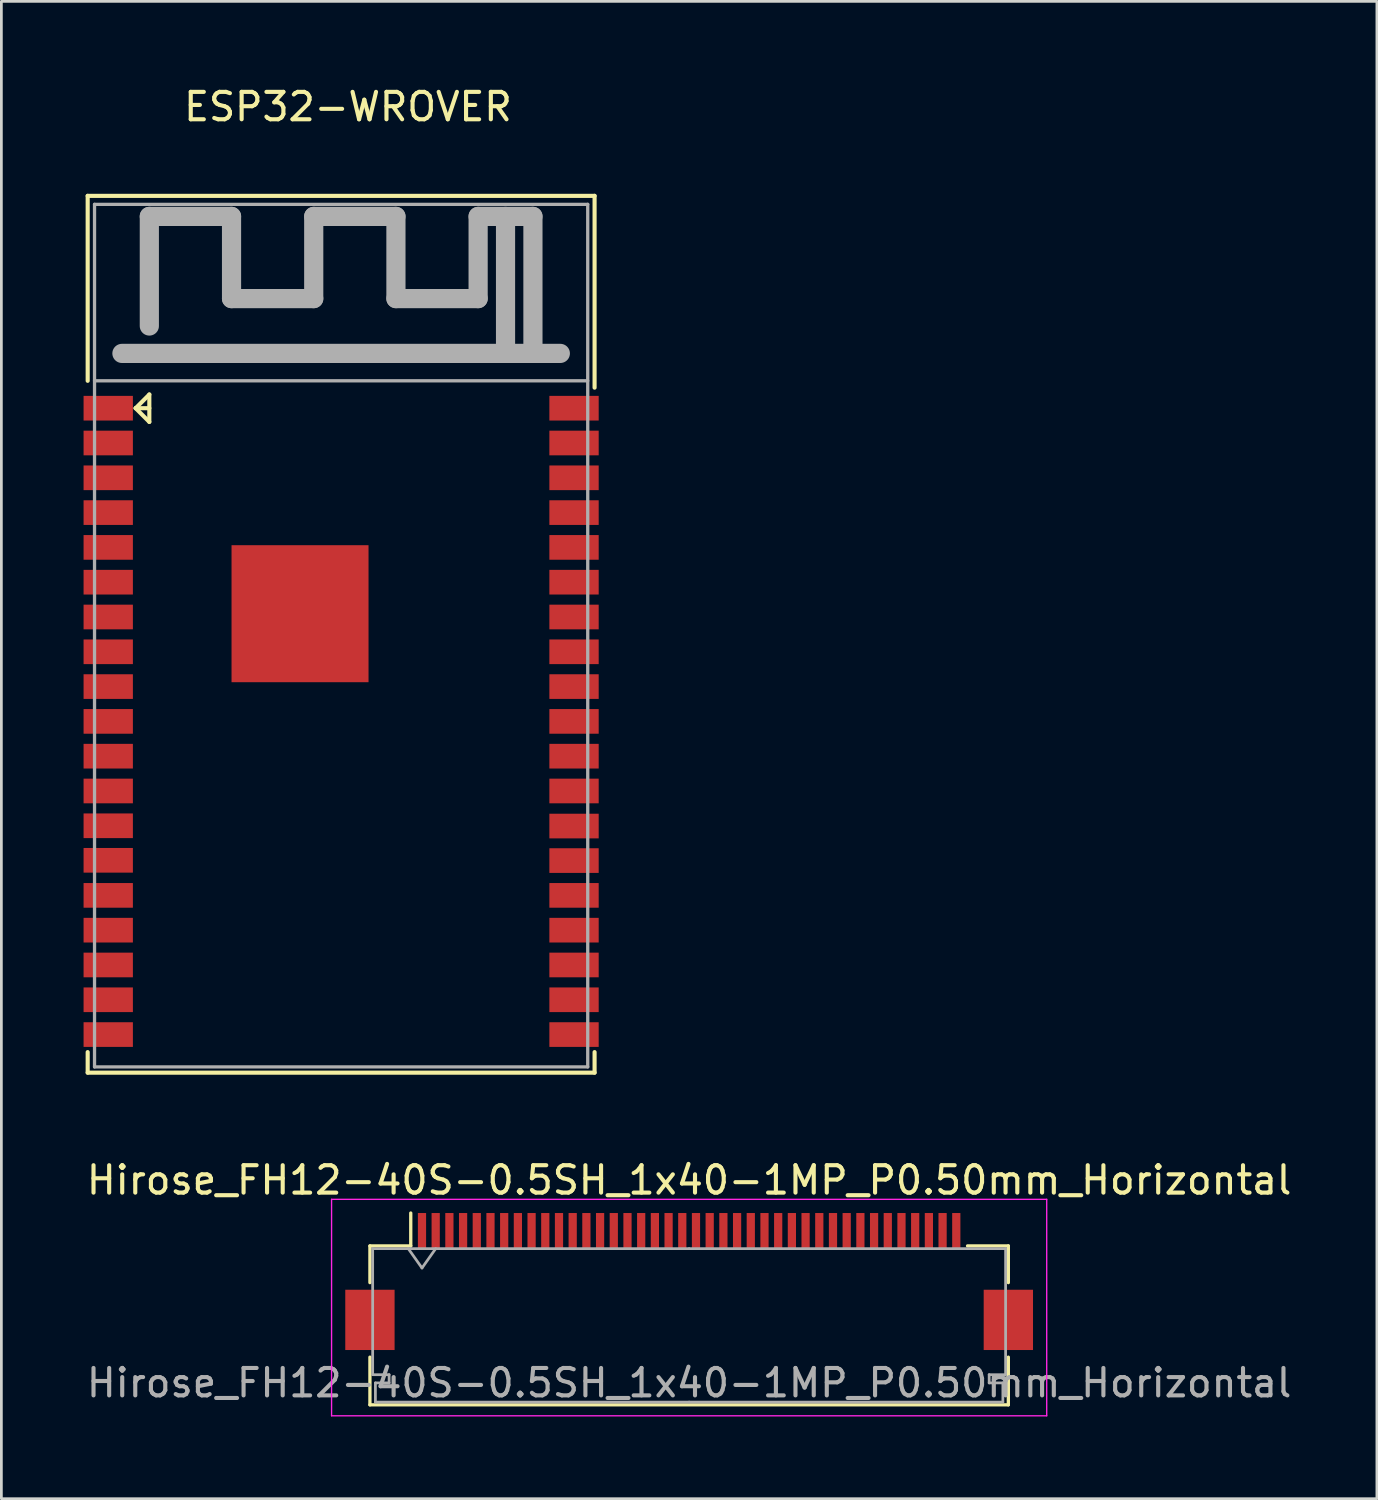
<source format=kicad_pcb>
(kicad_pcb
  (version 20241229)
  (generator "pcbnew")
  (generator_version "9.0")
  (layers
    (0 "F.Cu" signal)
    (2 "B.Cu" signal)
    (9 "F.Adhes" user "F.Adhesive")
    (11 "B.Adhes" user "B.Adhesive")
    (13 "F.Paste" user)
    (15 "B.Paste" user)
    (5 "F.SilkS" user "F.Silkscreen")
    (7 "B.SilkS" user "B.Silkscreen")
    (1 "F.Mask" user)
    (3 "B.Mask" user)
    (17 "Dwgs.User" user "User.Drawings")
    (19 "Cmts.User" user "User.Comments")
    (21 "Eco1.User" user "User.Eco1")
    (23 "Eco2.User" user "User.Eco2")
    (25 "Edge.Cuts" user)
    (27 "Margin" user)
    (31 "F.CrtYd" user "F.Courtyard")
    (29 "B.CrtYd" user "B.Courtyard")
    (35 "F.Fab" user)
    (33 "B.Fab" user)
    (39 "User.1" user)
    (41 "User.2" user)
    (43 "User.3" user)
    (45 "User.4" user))
  (footprint "ESP32-WROVER"
    (layer "F.Cu")
    (at 9.4 11.848)
    (property "Reference" "ESP32-WROVER" (at 0.25 -11 0) (layer "F.SilkS") (effects (font (size 1 1) (thickness 0.15))))
    (attr smd)
    (fp_line (start -9.25 -7.75) (end 9.25 -7.75) (stroke (width 0.15) (type solid)) (layer "F.SilkS"))
    (fp_line (start -9.25 -1) (end -9.25 -7.75) (stroke (width 0.15) (type solid)) (layer "F.SilkS"))
    (fp_line (start -9.25 23.5) (end -9.25 24.25) (stroke (width 0.15) (type solid)) (layer "F.SilkS"))
    (fp_line (start -9.25 24.25) (end 9.25 24.25) (stroke (width 0.15) (type solid)) (layer "F.SilkS"))
    (fp_line (start -7.5 0) (end -7 -0.5) (stroke (width 0.15) (type solid)) (layer "F.SilkS"))
    (fp_line (start -7 -0.5) (end -7 0.5) (stroke (width 0.15) (type solid)) (layer "F.SilkS"))
    (fp_line (start -7 0) (end -7.5 0) (stroke (width 0.15) (type solid)) (layer "F.SilkS"))
    (fp_line (start -7 0.5) (end -7.5 0) (stroke (width 0.15) (type solid)) (layer "F.SilkS"))
    (fp_line (start 9.25 -7.75) (end 9.25 -0.75) (stroke (width 0.15) (type solid)) (layer "F.SilkS"))
    (fp_line (start 9.25 24.25) (end 9.25 23.5) (stroke (width 0.15) (type solid)) (layer "F.SilkS"))
    (fp_line (start -9 -7.44) (end -9 24.04) (stroke (width 0.12) (type solid)) (layer "F.Fab"))
    (fp_line (start -9 -1) (end 9 -1) (stroke (width 0.12) (type solid)) (layer "F.Fab"))
    (fp_line (start -9 24.04) (end 9 24.04) (stroke (width 0.12) (type solid)) (layer "F.Fab"))
    (fp_line (start -8 -2) (end 8 -2) (stroke (width 0.7) (type solid)) (layer "F.Fab"))
    (fp_line (start -7 -7) (end -7 -3) (stroke (width 0.7) (type solid)) (layer "F.Fab"))
    (fp_line (start -4 -7) (end -7 -7) (stroke (width 0.7) (type solid)) (layer "F.Fab"))
    (fp_line (start -4 -4) (end -4 -7) (stroke (width 0.7) (type solid)) (layer "F.Fab"))
    (fp_line (start -1 -7) (end -1 -4) (stroke (width 0.7) (type solid)) (layer "F.Fab"))
    (fp_line (start -1 -4) (end -4 -4) (stroke (width 0.7) (type solid)) (layer "F.Fab"))
    (fp_line (start 2 -7) (end -1 -7) (stroke (width 0.7) (type solid)) (layer "F.Fab"))
    (fp_line (start 2 -4) (end 2 -7) (stroke (width 0.7) (type solid)) (layer "F.Fab"))
    (fp_line (start 5 -7) (end 5 -4) (stroke (width 0.7) (type solid)) (layer "F.Fab"))
    (fp_line (start 5 -4) (end 2 -4) (stroke (width 0.7) (type solid)) (layer "F.Fab"))
    (fp_line (start 6 -2) (end 6 -7) (stroke (width 0.7) (type solid)) (layer "F.Fab"))
    (fp_line (start 7 -7) (end 5 -7) (stroke (width 0.7) (type solid)) (layer "F.Fab"))
    (fp_line (start 7 -2) (end 7 -7) (stroke (width 0.7) (type solid)) (layer "F.Fab"))
    (fp_line (start 9 -7.44) (end -9 -7.44) (stroke (width 0.12) (type solid)) (layer "F.Fab"))
    (fp_line (start 9 -7.44) (end 9 24.04) (stroke (width 0.12) (type solid)) (layer "F.Fab"))
    (pad "1" smd rect (at -8.5 0) (size 1.8 0.9) (layers "F.Cu" "F.Mask" "F.Paste"))
    (pad "2" smd rect (at -8.5 1.27) (size 1.8 0.9) (layers "F.Cu" "F.Mask" "F.Paste"))
    (pad "3" smd rect (at -8.5 2.54) (size 1.8 0.9) (layers "F.Cu" "F.Mask" "F.Paste"))
    (pad "4" smd rect (at -8.5 3.81) (size 1.8 0.9) (layers "F.Cu" "F.Mask" "F.Paste"))
    (pad "5" smd rect (at -8.5 5.08) (size 1.8 0.9) (layers "F.Cu" "F.Mask" "F.Paste"))
    (pad "6" smd rect (at -8.5 6.35) (size 1.8 0.9) (layers "F.Cu" "F.Mask" "F.Paste"))
    (pad "7" smd rect (at -8.5 7.62) (size 1.8 0.9) (layers "F.Cu" "F.Mask" "F.Paste"))
    (pad "8" smd rect (at -8.5 8.89) (size 1.8 0.9) (layers "F.Cu" "F.Mask" "F.Paste"))
    (pad "9" smd rect (at -8.5 10.16) (size 1.8 0.9) (layers "F.Cu" "F.Mask" "F.Paste"))
    (pad "10" smd rect (at -8.5 11.43) (size 1.8 0.9) (layers "F.Cu" "F.Mask" "F.Paste"))
    (pad "11" smd rect (at -8.5 12.7) (size 1.8 0.9) (layers "F.Cu" "F.Mask" "F.Paste"))
    (pad "12" smd rect (at -8.5 13.97) (size 1.8 0.9) (layers "F.Cu" "F.Mask" "F.Paste"))
    (pad "13" smd rect (at -8.5 15.24) (size 1.8 0.9) (layers "F.Cu" "F.Mask" "F.Paste"))
    (pad "14" smd rect (at -8.5 16.5) (size 1.8 0.9) (layers "F.Cu" "F.Mask" "F.Paste"))
    (pad "15" smd rect (at -8.5 17.78) (size 1.8 0.9) (layers "F.Cu" "F.Mask" "F.Paste"))
    (pad "16" smd rect (at -8.5 19.05) (size 1.8 0.9) (layers "F.Cu" "F.Mask" "F.Paste"))
    (pad "17" smd rect (at -8.5 20.32) (size 1.8 0.9) (layers "F.Cu" "F.Mask" "F.Paste"))
    (pad "18" smd rect (at -8.5 21.59) (size 1.8 0.9) (layers "F.Cu" "F.Mask" "F.Paste"))
    (pad "19" smd rect (at -8.5 22.86) (size 1.8 0.9) (layers "F.Cu" "F.Mask" "F.Paste"))
    (pad "20" smd rect (at 8.5 22.86) (size 1.8 0.9) (layers "F.Cu" "F.Mask" "F.Paste"))
    (pad "21" smd rect (at 8.5 21.59) (size 1.8 0.9) (layers "F.Cu" "F.Mask" "F.Paste"))
    (pad "22" smd rect (at 8.5 20.32) (size 1.8 0.9) (layers "F.Cu" "F.Mask" "F.Paste"))
    (pad "23" smd rect (at 8.5 19.05) (size 1.8 0.9) (layers "F.Cu" "F.Mask" "F.Paste"))
    (pad "24" smd rect (at 8.5 17.78) (size 1.8 0.9) (layers "F.Cu" "F.Mask" "F.Paste"))
    (pad "25" smd rect (at 8.5 16.51) (size 1.8 0.9) (layers "F.Cu" "F.Mask" "F.Paste"))
    (pad "26" smd rect (at 8.5 15.25) (size 1.8 0.9) (layers "F.Cu" "F.Mask" "F.Paste"))
    (pad "27" smd rect (at 8.5 13.97) (size 1.8 0.9) (layers "F.Cu" "F.Mask" "F.Paste"))
    (pad "28" smd rect (at 8.5 12.7) (size 1.8 0.9) (layers "F.Cu" "F.Mask" "F.Paste"))
    (pad "29" smd rect (at 8.5 11.43) (size 1.8 0.9) (layers "F.Cu" "F.Mask" "F.Paste"))
    (pad "30" smd rect (at 8.5 10.16) (size 1.8 0.9) (layers "F.Cu" "F.Mask" "F.Paste"))
    (pad "31" smd rect (at 8.5 8.89) (size 1.8 0.9) (layers "F.Cu" "F.Mask" "F.Paste"))
    (pad "32" smd rect (at 8.5 7.62) (size 1.8 0.9) (layers "F.Cu" "F.Mask" "F.Paste"))
    (pad "33" smd rect (at 8.5 6.35) (size 1.8 0.9) (layers "F.Cu" "F.Mask" "F.Paste"))
    (pad "34" smd rect (at 8.5 5.08) (size 1.8 0.9) (layers "F.Cu" "F.Mask" "F.Paste"))
    (pad "35" smd rect (at 8.5 3.81) (size 1.8 0.9) (layers "F.Cu" "F.Mask" "F.Paste"))
    (pad "36" smd rect (at 8.5 2.54) (size 1.8 0.9) (layers "F.Cu" "F.Mask" "F.Paste"))
    (pad "37" smd rect (at 8.5 1.27) (size 1.8 0.9) (layers "F.Cu" "F.Mask" "F.Paste"))
    (pad "38" smd rect (at 8.5 0) (size 1.8 0.9) (layers "F.Cu" "F.Mask" "F.Paste"))
    (pad "39" smd rect (at -1.5 7.5) (size 5 5) (layers "F.Cu" "F.Mask" "F.Paste")))
  (footprint "Hirose_FH12-40S-0.5SH_1x40-1MP_P0.50mm_Horizontal"
    (layer "F.Cu")
    (at 22.101 43.721)
    (property "Reference" "Hirose_FH12-40S-0.5SH_1x40-1MP_P0.50mm_Horizontal" (at 0 -3.7 0) (layer "F.SilkS") (effects (font (size 1 1) (thickness 0.15))))
    (attr smd)
    (fp_line (start -11.65 -1.3) (end -11.65 0.04) (stroke (width 0.12) (type solid)) (layer "F.SilkS"))
    (fp_line (start -11.65 2.76) (end -11.65 4.5) (stroke (width 0.12) (type solid)) (layer "F.SilkS"))
    (fp_line (start -11.65 4.5) (end 11.65 4.5) (stroke (width 0.12) (type solid)) (layer "F.SilkS"))
    (fp_line (start -10.16 -1.3) (end -11.65 -1.3) (stroke (width 0.12) (type solid)) (layer "F.SilkS"))
    (fp_line (start -10.16 -1.3) (end -10.16 -2.5) (stroke (width 0.12) (type solid)) (layer "F.SilkS"))
    (fp_line (start 10.16 -1.3) (end 11.65 -1.3) (stroke (width 0.12) (type solid)) (layer "F.SilkS"))
    (fp_line (start 11.65 -1.3) (end 11.65 0.04) (stroke (width 0.12) (type solid)) (layer "F.SilkS"))
    (fp_line (start 11.65 4.5) (end 11.65 2.76) (stroke (width 0.12) (type solid)) (layer "F.SilkS"))
    (fp_line (start -13.05 -3) (end -13.05 4.9) (stroke (width 0.05) (type solid)) (layer "F.CrtYd"))
    (fp_line (start -13.05 4.9) (end 13.05 4.9) (stroke (width 0.05) (type solid)) (layer "F.CrtYd"))
    (fp_line (start 13.05 -3) (end -13.05 -3) (stroke (width 0.05) (type solid)) (layer "F.CrtYd"))
    (fp_line (start 13.05 4.9) (end 13.05 -3) (stroke (width 0.05) (type solid)) (layer "F.CrtYd"))
    (fp_line (start -11.55 -1.2) (end -11.55 3.4) (stroke (width 0.1) (type solid)) (layer "F.Fab"))
    (fp_line (start -11.55 3.4) (end -10.95 3.4) (stroke (width 0.1) (type solid)) (layer "F.Fab"))
    (fp_line (start -11.45 3.7) (end -11.45 4.4) (stroke (width 0.1) (type solid)) (layer "F.Fab"))
    (fp_line (start -11.45 4.4) (end 0 4.4) (stroke (width 0.1) (type solid)) (layer "F.Fab"))
    (fp_line (start -10.95 3.4) (end -10.95 3.7) (stroke (width 0.1) (type solid)) (layer "F.Fab"))
    (fp_line (start -10.95 3.7) (end -11.45 3.7) (stroke (width 0.1) (type solid)) (layer "F.Fab"))
    (fp_line (start -10.25 -1.2) (end -9.75 -0.493) (stroke (width 0.1) (type solid)) (layer "F.Fab"))
    (fp_line (start -9.75 -0.493) (end -9.25 -1.2) (stroke (width 0.1) (type solid)) (layer "F.Fab"))
    (fp_line (start 0 -1.2) (end -11.55 -1.2) (stroke (width 0.1) (type solid)) (layer "F.Fab"))
    (fp_line (start 0 -1.2) (end 11.55 -1.2) (stroke (width 0.1) (type solid)) (layer "F.Fab"))
    (fp_line (start 10.95 3.4) (end 10.95 3.7) (stroke (width 0.1) (type solid)) (layer "F.Fab"))
    (fp_line (start 10.95 3.7) (end 11.45 3.7) (stroke (width 0.1) (type solid)) (layer "F.Fab"))
    (fp_line (start 11.45 3.7) (end 11.45 4.4) (stroke (width 0.1) (type solid)) (layer "F.Fab"))
    (fp_line (start 11.45 4.4) (end 0 4.4) (stroke (width 0.1) (type solid)) (layer "F.Fab"))
    (fp_line (start 11.55 -1.2) (end 11.55 3.4) (stroke (width 0.1) (type solid)) (layer "F.Fab"))
    (fp_line (start 11.55 3.4) (end 10.95 3.4) (stroke (width 0.1) (type solid)) (layer "F.Fab"))
    (fp_text user "${REFERENCE}" (at 0 3.7 0) (layer "F.Fab") (effects (font (size 1 1) (thickness 0.15))))
    (pad "1" smd rect (at -9.75 -1.85) (size 0.3 1.3) (layers "F.Cu" "F.Mask" "F.Paste"))
    (pad "2" smd rect (at -9.25 -1.85) (size 0.3 1.3) (layers "F.Cu" "F.Mask" "F.Paste"))
    (pad "3" smd rect (at -8.75 -1.85) (size 0.3 1.3) (layers "F.Cu" "F.Mask" "F.Paste"))
    (pad "4" smd rect (at -8.25 -1.85) (size 0.3 1.3) (layers "F.Cu" "F.Mask" "F.Paste"))
    (pad "5" smd rect (at -7.75 -1.85) (size 0.3 1.3) (layers "F.Cu" "F.Mask" "F.Paste"))
    (pad "6" smd rect (at -7.25 -1.85) (size 0.3 1.3) (layers "F.Cu" "F.Mask" "F.Paste"))
    (pad "7" smd rect (at -6.75 -1.85) (size 0.3 1.3) (layers "F.Cu" "F.Mask" "F.Paste"))
    (pad "8" smd rect (at -6.25 -1.85) (size 0.3 1.3) (layers "F.Cu" "F.Mask" "F.Paste"))
    (pad "9" smd rect (at -5.75 -1.85) (size 0.3 1.3) (layers "F.Cu" "F.Mask" "F.Paste"))
    (pad "10" smd rect (at -5.25 -1.85) (size 0.3 1.3) (layers "F.Cu" "F.Mask" "F.Paste"))
    (pad "11" smd rect (at -4.75 -1.85) (size 0.3 1.3) (layers "F.Cu" "F.Mask" "F.Paste"))
    (pad "12" smd rect (at -4.25 -1.85) (size 0.3 1.3) (layers "F.Cu" "F.Mask" "F.Paste"))
    (pad "13" smd rect (at -3.75 -1.85) (size 0.3 1.3) (layers "F.Cu" "F.Mask" "F.Paste"))
    (pad "14" smd rect (at -3.25 -1.85) (size 0.3 1.3) (layers "F.Cu" "F.Mask" "F.Paste"))
    (pad "15" smd rect (at -2.75 -1.85) (size 0.3 1.3) (layers "F.Cu" "F.Mask" "F.Paste"))
    (pad "16" smd rect (at -2.25 -1.85) (size 0.3 1.3) (layers "F.Cu" "F.Mask" "F.Paste"))
    (pad "17" smd rect (at -1.75 -1.85) (size 0.3 1.3) (layers "F.Cu" "F.Mask" "F.Paste"))
    (pad "18" smd rect (at -1.25 -1.85) (size 0.3 1.3) (layers "F.Cu" "F.Mask" "F.Paste"))
    (pad "19" smd rect (at -0.75 -1.85) (size 0.3 1.3) (layers "F.Cu" "F.Mask" "F.Paste"))
    (pad "20" smd rect (at -0.25 -1.85) (size 0.3 1.3) (layers "F.Cu" "F.Mask" "F.Paste"))
    (pad "21" smd rect (at 0.25 -1.85) (size 0.3 1.3) (layers "F.Cu" "F.Mask" "F.Paste"))
    (pad "22" smd rect (at 0.75 -1.85) (size 0.3 1.3) (layers "F.Cu" "F.Mask" "F.Paste"))
    (pad "23" smd rect (at 1.25 -1.85) (size 0.3 1.3) (layers "F.Cu" "F.Mask" "F.Paste"))
    (pad "24" smd rect (at 1.75 -1.85) (size 0.3 1.3) (layers "F.Cu" "F.Mask" "F.Paste"))
    (pad "25" smd rect (at 2.25 -1.85) (size 0.3 1.3) (layers "F.Cu" "F.Mask" "F.Paste"))
    (pad "26" smd rect (at 2.75 -1.85) (size 0.3 1.3) (layers "F.Cu" "F.Mask" "F.Paste"))
    (pad "27" smd rect (at 3.25 -1.85) (size 0.3 1.3) (layers "F.Cu" "F.Mask" "F.Paste"))
    (pad "28" smd rect (at 3.75 -1.85) (size 0.3 1.3) (layers "F.Cu" "F.Mask" "F.Paste"))
    (pad "29" smd rect (at 4.25 -1.85) (size 0.3 1.3) (layers "F.Cu" "F.Mask" "F.Paste"))
    (pad "30" smd rect (at 4.75 -1.85) (size 0.3 1.3) (layers "F.Cu" "F.Mask" "F.Paste"))
    (pad "31" smd rect (at 5.25 -1.85) (size 0.3 1.3) (layers "F.Cu" "F.Mask" "F.Paste"))
    (pad "32" smd rect (at 5.75 -1.85) (size 0.3 1.3) (layers "F.Cu" "F.Mask" "F.Paste"))
    (pad "33" smd rect (at 6.25 -1.85) (size 0.3 1.3) (layers "F.Cu" "F.Mask" "F.Paste"))
    (pad "34" smd rect (at 6.75 -1.85) (size 0.3 1.3) (layers "F.Cu" "F.Mask" "F.Paste"))
    (pad "35" smd rect (at 7.25 -1.85) (size 0.3 1.3) (layers "F.Cu" "F.Mask" "F.Paste"))
    (pad "36" smd rect (at 7.75 -1.85) (size 0.3 1.3) (layers "F.Cu" "F.Mask" "F.Paste"))
    (pad "37" smd rect (at 8.25 -1.85) (size 0.3 1.3) (layers "F.Cu" "F.Mask" "F.Paste"))
    (pad "38" smd rect (at 8.75 -1.85) (size 0.3 1.3) (layers "F.Cu" "F.Mask" "F.Paste"))
    (pad "39" smd rect (at 9.25 -1.85) (size 0.3 1.3) (layers "F.Cu" "F.Mask" "F.Paste"))
    (pad "40" smd rect (at 9.75 -1.85) (size 0.3 1.3) (layers "F.Cu" "F.Mask" "F.Paste"))
    (pad "MP1" smd rect (at -11.65 1.4) (size 1.8 2.2) (layers "F.Cu" "F.Mask" "F.Paste"))
    (pad "MP2" smd rect (at 11.65 1.4) (size 1.8 2.2) (layers "F.Cu" "F.Mask" "F.Paste")))
  (gr_rect
    (start -3 -3)
    (end 47.202 51.647)
    (stroke (width 0.1) (type default))
    (fill no)
    (layer "Edge.Cuts")))
</source>
